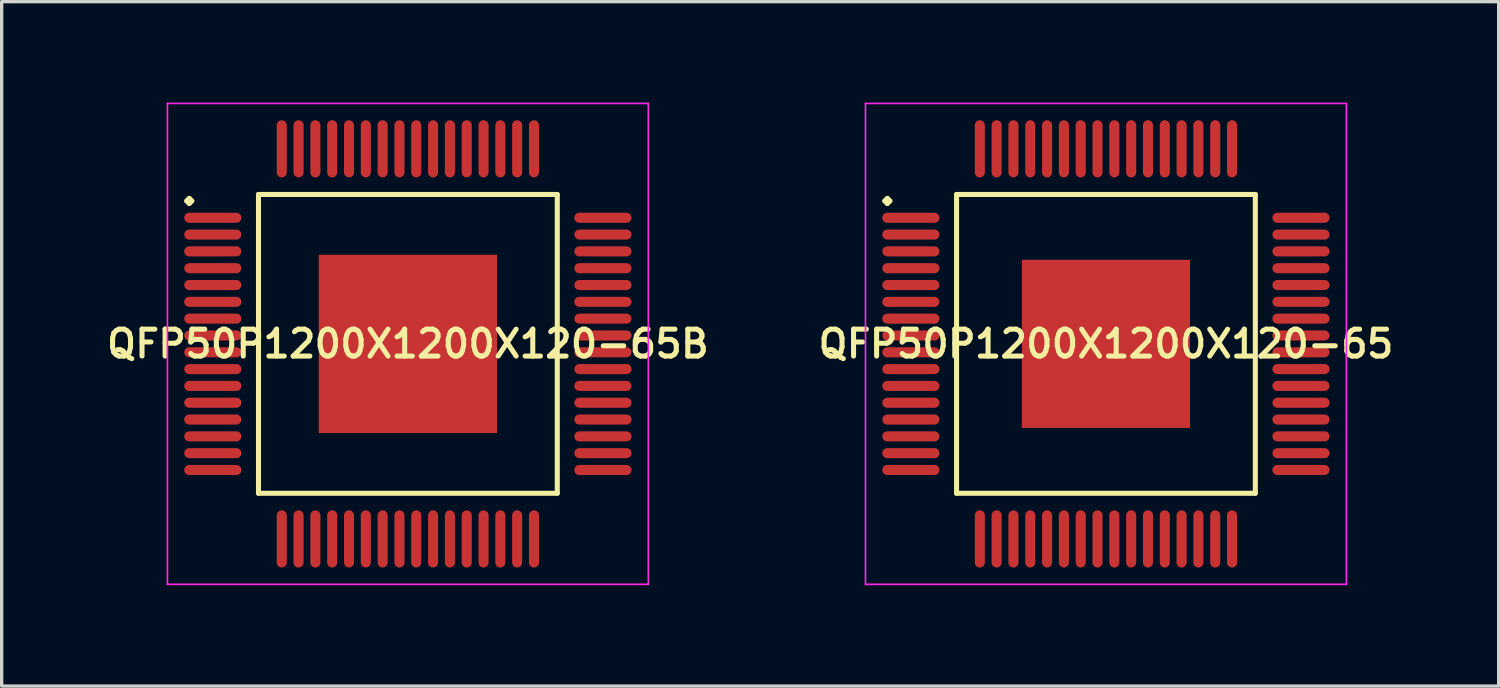
<source format=kicad_pcb>
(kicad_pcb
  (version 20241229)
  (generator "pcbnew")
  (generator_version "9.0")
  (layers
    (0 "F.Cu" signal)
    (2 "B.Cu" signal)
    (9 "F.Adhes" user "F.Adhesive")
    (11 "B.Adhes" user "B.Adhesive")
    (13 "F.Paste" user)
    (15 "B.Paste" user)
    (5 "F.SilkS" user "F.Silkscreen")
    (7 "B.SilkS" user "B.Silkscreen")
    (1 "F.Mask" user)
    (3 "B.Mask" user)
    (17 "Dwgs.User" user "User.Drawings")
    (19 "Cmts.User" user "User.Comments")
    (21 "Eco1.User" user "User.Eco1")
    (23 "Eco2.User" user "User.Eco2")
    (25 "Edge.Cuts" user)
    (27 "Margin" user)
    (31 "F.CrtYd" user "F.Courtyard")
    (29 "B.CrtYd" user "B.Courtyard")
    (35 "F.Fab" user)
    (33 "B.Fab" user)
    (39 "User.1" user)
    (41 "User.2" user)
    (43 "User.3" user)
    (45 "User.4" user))
  (footprint "QFP50P1200X1200X120-65B"
    (layer "F.Cu")
    (at 9.078 7.175)
    (property "Reference" "QFP50P1200X1200X120-65B" (at 0 0 0) (layer "F.SilkS") (effects (font (size 0.8 0.8) (thickness 0.15))))
    (attr smd)
    (fp_line (start -6.575 -4.25) (end -6.5 -4.325) (stroke (width 0.15) (type solid)) (layer "F.SilkS"))
    (fp_line (start -6.5 -4.325) (end -6.425 -4.25) (stroke (width 0.15) (type solid)) (layer "F.SilkS"))
    (fp_line (start -6.5 -4.175) (end -6.575 -4.25) (stroke (width 0.15) (type solid)) (layer "F.SilkS"))
    (fp_line (start -6.425 -4.25) (end -6.5 -4.175) (stroke (width 0.15) (type solid)) (layer "F.SilkS"))
    (fp_line (start -4.442 -4.442) (end -4.442 4.442) (stroke (width 0.15) (type solid)) (layer "F.SilkS"))
    (fp_line (start -4.442 4.442) (end 4.442 4.442) (stroke (width 0.15) (type solid)) (layer "F.SilkS"))
    (fp_line (start 4.442 -4.442) (end -4.442 -4.442) (stroke (width 0.15) (type solid)) (layer "F.SilkS"))
    (fp_line (start 4.442 4.442) (end 4.442 -4.442) (stroke (width 0.15) (type solid)) (layer "F.SilkS"))
    (fp_line (start -7.15 -7.15) (end 7.15 -7.15) (stroke (width 0.05) (type solid)) (layer "F.CrtYd"))
    (fp_line (start -7.15 7.15) (end -7.15 -7.15) (stroke (width 0.05) (type solid)) (layer "F.CrtYd"))
    (fp_line (start 7.15 -7.15) (end 7.15 7.15) (stroke (width 0.05) (type solid)) (layer "F.CrtYd"))
    (fp_line (start 7.15 7.15) (end -7.15 7.15) (stroke (width 0.05) (type solid)) (layer "F.CrtYd"))
    (pad "1" smd oval (at -5.8 -3.75) (size 1.7 0.3) (layers "F.Cu" "F.Mask" "F.Paste"))
    (pad "2" smd oval (at -5.8 -3.25) (size 1.7 0.3) (layers "F.Cu" "F.Mask" "F.Paste"))
    (pad "3" smd oval (at -5.8 -2.75) (size 1.7 0.3) (layers "F.Cu" "F.Mask" "F.Paste"))
    (pad "4" smd oval (at -5.8 -2.25) (size 1.7 0.3) (layers "F.Cu" "F.Mask" "F.Paste"))
    (pad "5" smd oval (at -5.8 -1.75) (size 1.7 0.3) (layers "F.Cu" "F.Mask" "F.Paste"))
    (pad "6" smd oval (at -5.8 -1.25) (size 1.7 0.3) (layers "F.Cu" "F.Mask" "F.Paste"))
    (pad "7" smd oval (at -5.8 -0.75) (size 1.7 0.3) (layers "F.Cu" "F.Mask" "F.Paste"))
    (pad "8" smd oval (at -5.8 -0.25) (size 1.7 0.3) (layers "F.Cu" "F.Mask" "F.Paste"))
    (pad "9" smd oval (at -5.8 0.25) (size 1.7 0.3) (layers "F.Cu" "F.Mask" "F.Paste"))
    (pad "10" smd oval (at -5.8 0.75) (size 1.7 0.3) (layers "F.Cu" "F.Mask" "F.Paste"))
    (pad "11" smd oval (at -5.8 1.25) (size 1.7 0.3) (layers "F.Cu" "F.Mask" "F.Paste"))
    (pad "12" smd oval (at -5.8 1.75) (size 1.7 0.3) (layers "F.Cu" "F.Mask" "F.Paste"))
    (pad "13" smd oval (at -5.8 2.25) (size 1.7 0.3) (layers "F.Cu" "F.Mask" "F.Paste"))
    (pad "14" smd oval (at -5.8 2.75) (size 1.7 0.3) (layers "F.Cu" "F.Mask" "F.Paste"))
    (pad "15" smd oval (at -5.8 3.25) (size 1.7 0.3) (layers "F.Cu" "F.Mask" "F.Paste"))
    (pad "16" smd oval (at -5.8 3.75) (size 1.7 0.3) (layers "F.Cu" "F.Mask" "F.Paste"))
    (pad "17" smd oval (at -3.75 5.8) (size 0.3 1.7) (layers "F.Cu" "F.Mask" "F.Paste"))
    (pad "18" smd oval (at -3.25 5.8) (size 0.3 1.7) (layers "F.Cu" "F.Mask" "F.Paste"))
    (pad "19" smd oval (at -2.75 5.8) (size 0.3 1.7) (layers "F.Cu" "F.Mask" "F.Paste"))
    (pad "20" smd oval (at -2.25 5.8) (size 0.3 1.7) (layers "F.Cu" "F.Mask" "F.Paste"))
    (pad "21" smd oval (at -1.75 5.8) (size 0.3 1.7) (layers "F.Cu" "F.Mask" "F.Paste"))
    (pad "22" smd oval (at -1.25 5.8) (size 0.3 1.7) (layers "F.Cu" "F.Mask" "F.Paste"))
    (pad "23" smd oval (at -0.75 5.8) (size 0.3 1.7) (layers "F.Cu" "F.Mask" "F.Paste"))
    (pad "24" smd oval (at -0.25 5.8) (size 0.3 1.7) (layers "F.Cu" "F.Mask" "F.Paste"))
    (pad "25" smd oval (at 0.25 5.8) (size 0.3 1.7) (layers "F.Cu" "F.Mask" "F.Paste"))
    (pad "26" smd oval (at 0.75 5.8) (size 0.3 1.7) (layers "F.Cu" "F.Mask" "F.Paste"))
    (pad "27" smd oval (at 1.25 5.8) (size 0.3 1.7) (layers "F.Cu" "F.Mask" "F.Paste"))
    (pad "28" smd oval (at 1.75 5.8) (size 0.3 1.7) (layers "F.Cu" "F.Mask" "F.Paste"))
    (pad "29" smd oval (at 2.25 5.8) (size 0.3 1.7) (layers "F.Cu" "F.Mask" "F.Paste"))
    (pad "30" smd oval (at 2.75 5.8) (size 0.3 1.7) (layers "F.Cu" "F.Mask" "F.Paste"))
    (pad "31" smd oval (at 3.25 5.8) (size 0.3 1.7) (layers "F.Cu" "F.Mask" "F.Paste"))
    (pad "32" smd oval (at 3.75 5.8) (size 0.3 1.7) (layers "F.Cu" "F.Mask" "F.Paste"))
    (pad "33" smd oval (at 5.8 3.75) (size 1.7 0.3) (layers "F.Cu" "F.Mask" "F.Paste"))
    (pad "34" smd oval (at 5.8 3.25) (size 1.7 0.3) (layers "F.Cu" "F.Mask" "F.Paste"))
    (pad "35" smd oval (at 5.8 2.75) (size 1.7 0.3) (layers "F.Cu" "F.Mask" "F.Paste"))
    (pad "36" smd oval (at 5.8 2.25) (size 1.7 0.3) (layers "F.Cu" "F.Mask" "F.Paste"))
    (pad "37" smd oval (at 5.8 1.75) (size 1.7 0.3) (layers "F.Cu" "F.Mask" "F.Paste"))
    (pad "38" smd oval (at 5.8 1.25) (size 1.7 0.3) (layers "F.Cu" "F.Mask" "F.Paste"))
    (pad "39" smd oval (at 5.8 0.75) (size 1.7 0.3) (layers "F.Cu" "F.Mask" "F.Paste"))
    (pad "40" smd oval (at 5.8 0.25) (size 1.7 0.3) (layers "F.Cu" "F.Mask" "F.Paste"))
    (pad "41" smd oval (at 5.8 -0.25) (size 1.7 0.3) (layers "F.Cu" "F.Mask" "F.Paste"))
    (pad "42" smd oval (at 5.8 -0.75) (size 1.7 0.3) (layers "F.Cu" "F.Mask" "F.Paste"))
    (pad "43" smd oval (at 5.8 -1.25) (size 1.7 0.3) (layers "F.Cu" "F.Mask" "F.Paste"))
    (pad "44" smd oval (at 5.8 -1.75) (size 1.7 0.3) (layers "F.Cu" "F.Mask" "F.Paste"))
    (pad "45" smd oval (at 5.8 -2.25) (size 1.7 0.3) (layers "F.Cu" "F.Mask" "F.Paste"))
    (pad "46" smd oval (at 5.8 -2.75) (size 1.7 0.3) (layers "F.Cu" "F.Mask" "F.Paste"))
    (pad "47" smd oval (at 5.8 -3.25) (size 1.7 0.3) (layers "F.Cu" "F.Mask" "F.Paste"))
    (pad "48" smd oval (at 5.8 -3.75) (size 1.7 0.3) (layers "F.Cu" "F.Mask" "F.Paste"))
    (pad "49" smd oval (at 3.75 -5.8) (size 0.3 1.7) (layers "F.Cu" "F.Mask" "F.Paste"))
    (pad "50" smd oval (at 3.25 -5.8) (size 0.3 1.7) (layers "F.Cu" "F.Mask" "F.Paste"))
    (pad "51" smd oval (at 2.75 -5.8) (size 0.3 1.7) (layers "F.Cu" "F.Mask" "F.Paste"))
    (pad "52" smd oval (at 2.25 -5.8) (size 0.3 1.7) (layers "F.Cu" "F.Mask" "F.Paste"))
    (pad "53" smd oval (at 1.75 -5.8) (size 0.3 1.7) (layers "F.Cu" "F.Mask" "F.Paste"))
    (pad "54" smd oval (at 1.25 -5.8) (size 0.3 1.7) (layers "F.Cu" "F.Mask" "F.Paste"))
    (pad "55" smd oval (at 0.75 -5.8) (size 0.3 1.7) (layers "F.Cu" "F.Mask" "F.Paste"))
    (pad "56" smd oval (at 0.25 -5.8) (size 0.3 1.7) (layers "F.Cu" "F.Mask" "F.Paste"))
    (pad "57" smd oval (at -0.25 -5.8) (size 0.3 1.7) (layers "F.Cu" "F.Mask" "F.Paste"))
    (pad "58" smd oval (at -0.75 -5.8) (size 0.3 1.7) (layers "F.Cu" "F.Mask" "F.Paste"))
    (pad "59" smd oval (at -1.25 -5.8) (size 0.3 1.7) (layers "F.Cu" "F.Mask" "F.Paste"))
    (pad "60" smd oval (at -1.75 -5.8) (size 0.3 1.7) (layers "F.Cu" "F.Mask" "F.Paste"))
    (pad "61" smd oval (at -2.25 -5.8) (size 0.3 1.7) (layers "F.Cu" "F.Mask" "F.Paste"))
    (pad "62" smd oval (at -2.75 -5.8) (size 0.3 1.7) (layers "F.Cu" "F.Mask" "F.Paste"))
    (pad "63" smd oval (at -3.25 -5.8) (size 0.3 1.7) (layers "F.Cu" "F.Mask" "F.Paste"))
    (pad "64" smd oval (at -3.75 -5.8) (size 0.3 1.7) (layers "F.Cu" "F.Mask" "F.Paste"))
    (pad "65" smd rect (at 0 0) (size 5.3 5.3) (layers "F.Cu" "F.Mask" "F.Paste")))
  (footprint "QFP50P1200X1200X120-65"
    (layer "F.Cu")
    (at 29.835 7.175)
    (property "Reference" "QFP50P1200X1200X120-65" (at 0 0 0) (layer "F.SilkS") (effects (font (size 0.8 0.8) (thickness 0.15))))
    (attr smd)
    (fp_line (start -6.575 -4.25) (end -6.5 -4.325) (stroke (width 0.15) (type solid)) (layer "F.SilkS"))
    (fp_line (start -6.5 -4.325) (end -6.425 -4.25) (stroke (width 0.15) (type solid)) (layer "F.SilkS"))
    (fp_line (start -6.5 -4.175) (end -6.575 -4.25) (stroke (width 0.15) (type solid)) (layer "F.SilkS"))
    (fp_line (start -6.425 -4.25) (end -6.5 -4.175) (stroke (width 0.15) (type solid)) (layer "F.SilkS"))
    (fp_line (start -4.442 -4.442) (end -4.442 4.442) (stroke (width 0.15) (type solid)) (layer "F.SilkS"))
    (fp_line (start -4.442 4.442) (end 4.442 4.442) (stroke (width 0.15) (type solid)) (layer "F.SilkS"))
    (fp_line (start 4.442 -4.442) (end -4.442 -4.442) (stroke (width 0.15) (type solid)) (layer "F.SilkS"))
    (fp_line (start 4.442 4.442) (end 4.442 -4.442) (stroke (width 0.15) (type solid)) (layer "F.SilkS"))
    (fp_line (start -7.15 -7.15) (end 7.15 -7.15) (stroke (width 0.05) (type solid)) (layer "F.CrtYd"))
    (fp_line (start -7.15 7.15) (end -7.15 -7.15) (stroke (width 0.05) (type solid)) (layer "F.CrtYd"))
    (fp_line (start 7.15 -7.15) (end 7.15 7.15) (stroke (width 0.05) (type solid)) (layer "F.CrtYd"))
    (fp_line (start 7.15 7.15) (end -7.15 7.15) (stroke (width 0.05) (type solid)) (layer "F.CrtYd"))
    (pad "1" smd oval (at -5.8 -3.75) (size 1.7 0.3) (layers "F.Cu" "F.Mask" "F.Paste"))
    (pad "2" smd oval (at -5.8 -3.25) (size 1.7 0.3) (layers "F.Cu" "F.Mask" "F.Paste"))
    (pad "3" smd oval (at -5.8 -2.75) (size 1.7 0.3) (layers "F.Cu" "F.Mask" "F.Paste"))
    (pad "4" smd oval (at -5.8 -2.25) (size 1.7 0.3) (layers "F.Cu" "F.Mask" "F.Paste"))
    (pad "5" smd oval (at -5.8 -1.75) (size 1.7 0.3) (layers "F.Cu" "F.Mask" "F.Paste"))
    (pad "6" smd oval (at -5.8 -1.25) (size 1.7 0.3) (layers "F.Cu" "F.Mask" "F.Paste"))
    (pad "7" smd oval (at -5.8 -0.75) (size 1.7 0.3) (layers "F.Cu" "F.Mask" "F.Paste"))
    (pad "8" smd oval (at -5.8 -0.25) (size 1.7 0.3) (layers "F.Cu" "F.Mask" "F.Paste"))
    (pad "9" smd oval (at -5.8 0.25) (size 1.7 0.3) (layers "F.Cu" "F.Mask" "F.Paste"))
    (pad "10" smd oval (at -5.8 0.75) (size 1.7 0.3) (layers "F.Cu" "F.Mask" "F.Paste"))
    (pad "11" smd oval (at -5.8 1.25) (size 1.7 0.3) (layers "F.Cu" "F.Mask" "F.Paste"))
    (pad "12" smd oval (at -5.8 1.75) (size 1.7 0.3) (layers "F.Cu" "F.Mask" "F.Paste"))
    (pad "13" smd oval (at -5.8 2.25) (size 1.7 0.3) (layers "F.Cu" "F.Mask" "F.Paste"))
    (pad "14" smd oval (at -5.8 2.75) (size 1.7 0.3) (layers "F.Cu" "F.Mask" "F.Paste"))
    (pad "15" smd oval (at -5.8 3.25) (size 1.7 0.3) (layers "F.Cu" "F.Mask" "F.Paste"))
    (pad "16" smd oval (at -5.8 3.75) (size 1.7 0.3) (layers "F.Cu" "F.Mask" "F.Paste"))
    (pad "17" smd oval (at -3.75 5.8) (size 0.3 1.7) (layers "F.Cu" "F.Mask" "F.Paste"))
    (pad "18" smd oval (at -3.25 5.8) (size 0.3 1.7) (layers "F.Cu" "F.Mask" "F.Paste"))
    (pad "19" smd oval (at -2.75 5.8) (size 0.3 1.7) (layers "F.Cu" "F.Mask" "F.Paste"))
    (pad "20" smd oval (at -2.25 5.8) (size 0.3 1.7) (layers "F.Cu" "F.Mask" "F.Paste"))
    (pad "21" smd oval (at -1.75 5.8) (size 0.3 1.7) (layers "F.Cu" "F.Mask" "F.Paste"))
    (pad "22" smd oval (at -1.25 5.8) (size 0.3 1.7) (layers "F.Cu" "F.Mask" "F.Paste"))
    (pad "23" smd oval (at -0.75 5.8) (size 0.3 1.7) (layers "F.Cu" "F.Mask" "F.Paste"))
    (pad "24" smd oval (at -0.25 5.8) (size 0.3 1.7) (layers "F.Cu" "F.Mask" "F.Paste"))
    (pad "25" smd oval (at 0.25 5.8) (size 0.3 1.7) (layers "F.Cu" "F.Mask" "F.Paste"))
    (pad "26" smd oval (at 0.75 5.8) (size 0.3 1.7) (layers "F.Cu" "F.Mask" "F.Paste"))
    (pad "27" smd oval (at 1.25 5.8) (size 0.3 1.7) (layers "F.Cu" "F.Mask" "F.Paste"))
    (pad "28" smd oval (at 1.75 5.8) (size 0.3 1.7) (layers "F.Cu" "F.Mask" "F.Paste"))
    (pad "29" smd oval (at 2.25 5.8) (size 0.3 1.7) (layers "F.Cu" "F.Mask" "F.Paste"))
    (pad "30" smd oval (at 2.75 5.8) (size 0.3 1.7) (layers "F.Cu" "F.Mask" "F.Paste"))
    (pad "31" smd oval (at 3.25 5.8) (size 0.3 1.7) (layers "F.Cu" "F.Mask" "F.Paste"))
    (pad "32" smd oval (at 3.75 5.8) (size 0.3 1.7) (layers "F.Cu" "F.Mask" "F.Paste"))
    (pad "33" smd oval (at 5.8 3.75) (size 1.7 0.3) (layers "F.Cu" "F.Mask" "F.Paste"))
    (pad "34" smd oval (at 5.8 3.25) (size 1.7 0.3) (layers "F.Cu" "F.Mask" "F.Paste"))
    (pad "35" smd oval (at 5.8 2.75) (size 1.7 0.3) (layers "F.Cu" "F.Mask" "F.Paste"))
    (pad "36" smd oval (at 5.8 2.25) (size 1.7 0.3) (layers "F.Cu" "F.Mask" "F.Paste"))
    (pad "37" smd oval (at 5.8 1.75) (size 1.7 0.3) (layers "F.Cu" "F.Mask" "F.Paste"))
    (pad "38" smd oval (at 5.8 1.25) (size 1.7 0.3) (layers "F.Cu" "F.Mask" "F.Paste"))
    (pad "39" smd oval (at 5.8 0.75) (size 1.7 0.3) (layers "F.Cu" "F.Mask" "F.Paste"))
    (pad "40" smd oval (at 5.8 0.25) (size 1.7 0.3) (layers "F.Cu" "F.Mask" "F.Paste"))
    (pad "41" smd oval (at 5.8 -0.25) (size 1.7 0.3) (layers "F.Cu" "F.Mask" "F.Paste"))
    (pad "42" smd oval (at 5.8 -0.75) (size 1.7 0.3) (layers "F.Cu" "F.Mask" "F.Paste"))
    (pad "43" smd oval (at 5.8 -1.25) (size 1.7 0.3) (layers "F.Cu" "F.Mask" "F.Paste"))
    (pad "44" smd oval (at 5.8 -1.75) (size 1.7 0.3) (layers "F.Cu" "F.Mask" "F.Paste"))
    (pad "45" smd oval (at 5.8 -2.25) (size 1.7 0.3) (layers "F.Cu" "F.Mask" "F.Paste"))
    (pad "46" smd oval (at 5.8 -2.75) (size 1.7 0.3) (layers "F.Cu" "F.Mask" "F.Paste"))
    (pad "47" smd oval (at 5.8 -3.25) (size 1.7 0.3) (layers "F.Cu" "F.Mask" "F.Paste"))
    (pad "48" smd oval (at 5.8 -3.75) (size 1.7 0.3) (layers "F.Cu" "F.Mask" "F.Paste"))
    (pad "49" smd oval (at 3.75 -5.8) (size 0.3 1.7) (layers "F.Cu" "F.Mask" "F.Paste"))
    (pad "50" smd oval (at 3.25 -5.8) (size 0.3 1.7) (layers "F.Cu" "F.Mask" "F.Paste"))
    (pad "51" smd oval (at 2.75 -5.8) (size 0.3 1.7) (layers "F.Cu" "F.Mask" "F.Paste"))
    (pad "52" smd oval (at 2.25 -5.8) (size 0.3 1.7) (layers "F.Cu" "F.Mask" "F.Paste"))
    (pad "53" smd oval (at 1.75 -5.8) (size 0.3 1.7) (layers "F.Cu" "F.Mask" "F.Paste"))
    (pad "54" smd oval (at 1.25 -5.8) (size 0.3 1.7) (layers "F.Cu" "F.Mask" "F.Paste"))
    (pad "55" smd oval (at 0.75 -5.8) (size 0.3 1.7) (layers "F.Cu" "F.Mask" "F.Paste"))
    (pad "56" smd oval (at 0.25 -5.8) (size 0.3 1.7) (layers "F.Cu" "F.Mask" "F.Paste"))
    (pad "57" smd oval (at -0.25 -5.8) (size 0.3 1.7) (layers "F.Cu" "F.Mask" "F.Paste"))
    (pad "58" smd oval (at -0.75 -5.8) (size 0.3 1.7) (layers "F.Cu" "F.Mask" "F.Paste"))
    (pad "59" smd oval (at -1.25 -5.8) (size 0.3 1.7) (layers "F.Cu" "F.Mask" "F.Paste"))
    (pad "60" smd oval (at -1.75 -5.8) (size 0.3 1.7) (layers "F.Cu" "F.Mask" "F.Paste"))
    (pad "61" smd oval (at -2.25 -5.8) (size 0.3 1.7) (layers "F.Cu" "F.Mask" "F.Paste"))
    (pad "62" smd oval (at -2.75 -5.8) (size 0.3 1.7) (layers "F.Cu" "F.Mask" "F.Paste"))
    (pad "63" smd oval (at -3.25 -5.8) (size 0.3 1.7) (layers "F.Cu" "F.Mask" "F.Paste"))
    (pad "64" smd oval (at -3.75 -5.8) (size 0.3 1.7) (layers "F.Cu" "F.Mask" "F.Paste"))
    (pad "65" smd rect (at 0 0) (size 5 5) (layers "F.Cu" "F.Mask" "F.Paste")))
  (gr_rect
    (start -3 -3)
    (end 41.513 17.35)
    (stroke (width 0.1) (type default))
    (fill no)
    (layer "Edge.Cuts")))
</source>
